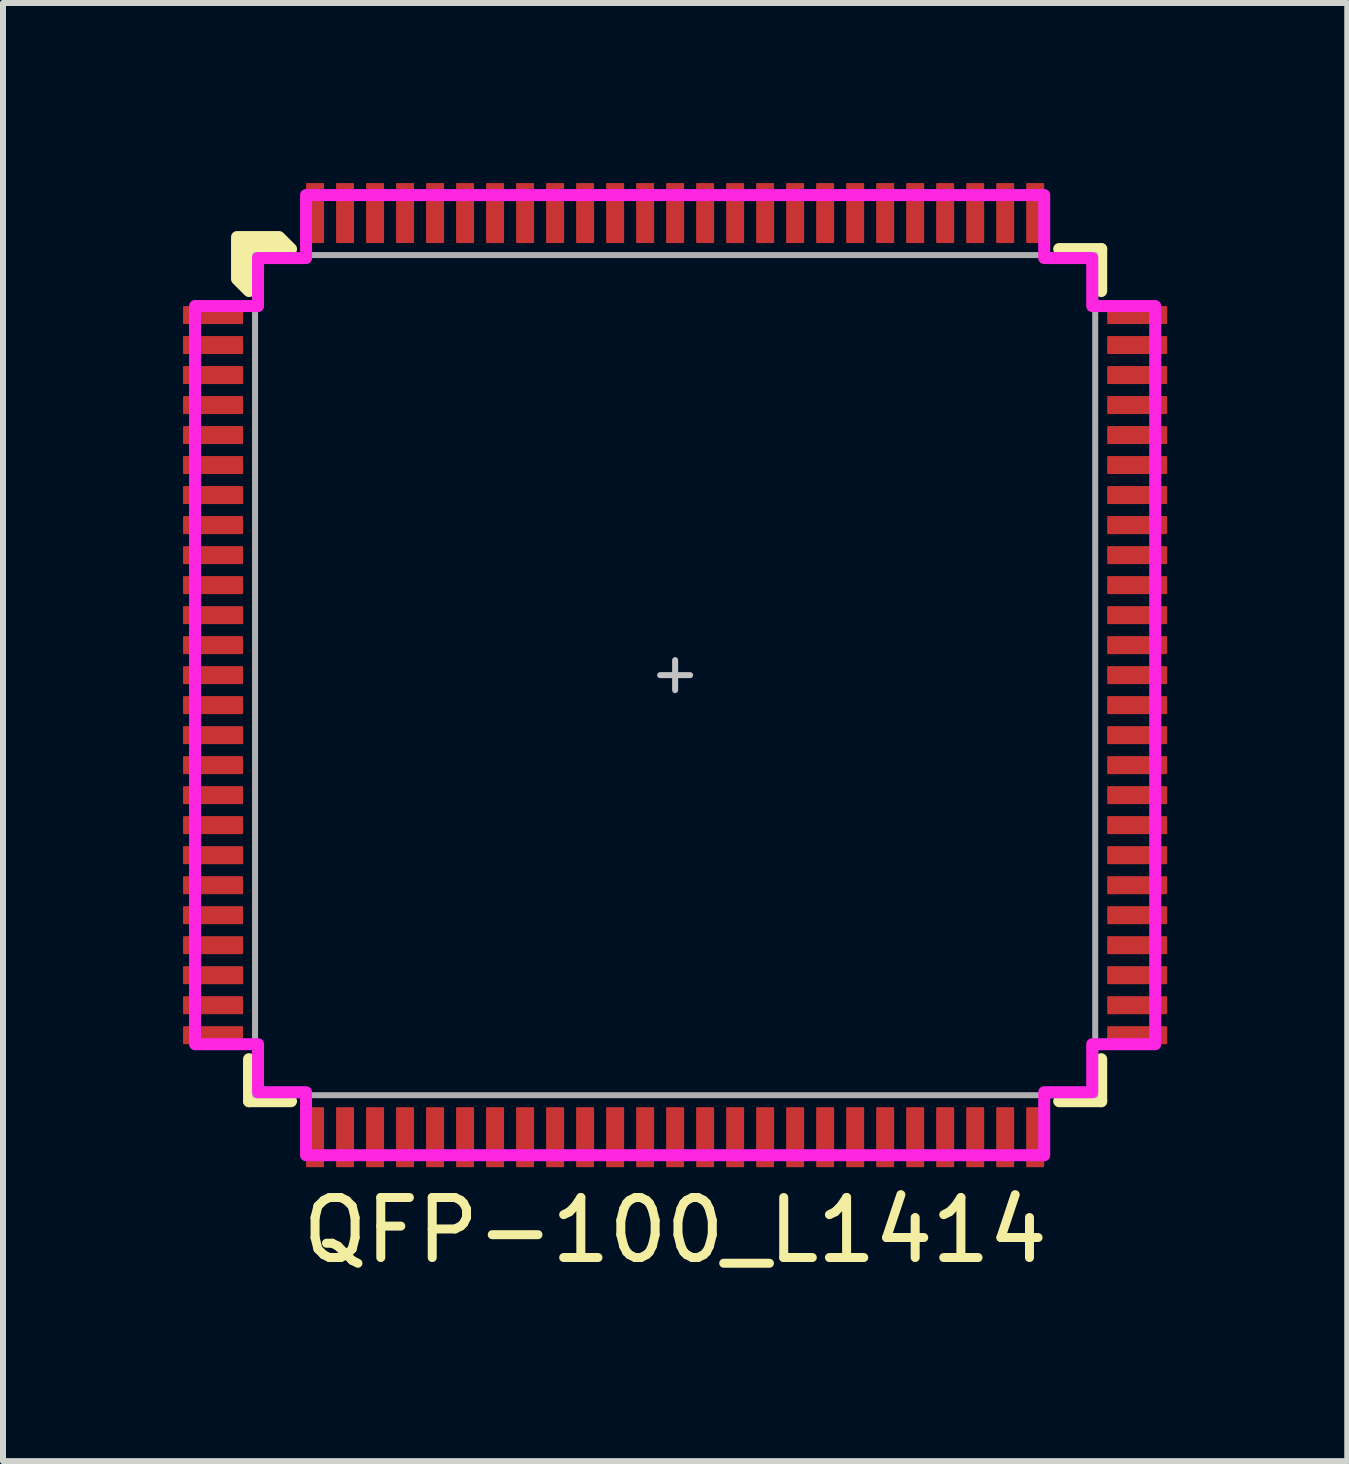
<source format=kicad_pcb>
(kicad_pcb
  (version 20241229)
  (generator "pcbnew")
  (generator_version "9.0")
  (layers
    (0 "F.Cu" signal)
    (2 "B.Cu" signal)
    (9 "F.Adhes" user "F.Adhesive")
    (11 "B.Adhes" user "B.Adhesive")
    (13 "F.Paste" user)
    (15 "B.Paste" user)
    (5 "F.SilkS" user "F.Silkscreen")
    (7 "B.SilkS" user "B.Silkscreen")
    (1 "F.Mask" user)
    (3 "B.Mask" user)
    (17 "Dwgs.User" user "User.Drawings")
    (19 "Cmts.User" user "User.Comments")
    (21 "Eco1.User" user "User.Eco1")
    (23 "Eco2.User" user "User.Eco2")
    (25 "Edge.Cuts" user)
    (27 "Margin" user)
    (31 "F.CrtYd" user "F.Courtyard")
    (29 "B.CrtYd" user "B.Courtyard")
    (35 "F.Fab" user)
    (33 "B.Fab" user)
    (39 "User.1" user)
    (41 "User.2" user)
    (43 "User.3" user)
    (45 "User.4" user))
  (footprint "QFP-100_L1414"
    (layer "F.Cu")
    (at 8.2 8.2)
    (property "Reference" "QFP-100_L1414" (at 0 9.25 0) (layer "F.SilkS") (effects (font (size 1 1) (thickness 0.15))))
    (attr smd)
    (fp_line (start -7.1 7.1) (end -7.1 6.4) (stroke (width 0.2) (type solid)) (layer "F.SilkS"))
    (fp_line (start -6.4 7.1) (end -7.1 7.1) (stroke (width 0.2) (type solid)) (layer "F.SilkS"))
    (fp_line (start 6.4 -7.1) (end 7.1 -7.1) (stroke (width 0.2) (type solid)) (layer "F.SilkS"))
    (fp_line (start 7.1 -7.1) (end 7.1 -6.4) (stroke (width 0.2) (type solid)) (layer "F.SilkS"))
    (fp_line (start 7.1 6.4) (end 7.1 7.1) (stroke (width 0.2) (type solid)) (layer "F.SilkS"))
    (fp_line (start 7.1 7.1) (end 6.4 7.1) (stroke (width 0.2) (type solid)) (layer "F.SilkS"))
    (fp_poly (pts (xy -6.4 -7.1) (xy -7.1 -7.1) (xy -7.1 -6.4) (xy -7.3 -6.6) (xy -7.3 -7.3) (xy -6.6 -7.3)) (stroke (width 0.2) (type solid)) (fill yes) (layer "F.SilkS"))
    (fp_line (start -0.25 0) (end 0.25 0) (stroke (width 0.1) (type solid)) (layer "Dwgs.User"))
    (fp_line (start 0 -0.25) (end 0 0.25) (stroke (width 0.1) (type solid)) (layer "Dwgs.User"))
    (fp_poly (pts (xy 6.15 -6.95) (xy 6.95 -6.95) (xy 6.95 -6.15) (xy 8 -6.15) (xy 8 6.15) (xy 6.95 6.15) (xy 6.95 6.95) (xy 6.15 6.95) (xy 6.15 8) (xy -6.15 8) (xy -6.15 6.95) (xy -6.95 6.95) (xy -6.95 6.15) (xy -8 6.15) (xy -8 -6.15) (xy -6.95 -6.15) (xy -6.95 -6.95) (xy -6.15 -6.95) (xy -6.15 -8) (xy 6.15 -8)) (stroke (width 0.2) (type solid)) (fill no) (layer "F.CrtYd"))
    (fp_rect (start -7 -7) (end 7 7) (stroke (width 0.1) (type solid)) (fill no) (layer "F.Fab"))
    (pad "1" smd roundrect (at -7.7 -6) (size 1 0.3) (layers "F.Cu" "F.Mask" "F.Paste") (roundrect_rratio 0.05))
    (pad "2" smd roundrect (at -7.7 -5.5) (size 1 0.3) (layers "F.Cu" "F.Mask" "F.Paste") (roundrect_rratio 0.05))
    (pad "3" smd roundrect (at -7.7 -5) (size 1 0.3) (layers "F.Cu" "F.Mask" "F.Paste") (roundrect_rratio 0.05))
    (pad "4" smd roundrect (at -7.7 -4.5) (size 1 0.3) (layers "F.Cu" "F.Mask" "F.Paste") (roundrect_rratio 0.05))
    (pad "5" smd roundrect (at -7.7 -4) (size 1 0.3) (layers "F.Cu" "F.Mask" "F.Paste") (roundrect_rratio 0.05))
    (pad "6" smd roundrect (at -7.7 -3.5) (size 1 0.3) (layers "F.Cu" "F.Mask" "F.Paste") (roundrect_rratio 0.05))
    (pad "7" smd roundrect (at -7.7 -3) (size 1 0.3) (layers "F.Cu" "F.Mask" "F.Paste") (roundrect_rratio 0.05))
    (pad "8" smd roundrect (at -7.7 -2.5) (size 1 0.3) (layers "F.Cu" "F.Mask" "F.Paste") (roundrect_rratio 0.05))
    (pad "9" smd roundrect (at -7.7 -2) (size 1 0.3) (layers "F.Cu" "F.Mask" "F.Paste") (roundrect_rratio 0.05))
    (pad "10" smd roundrect (at -7.7 -1.5) (size 1 0.3) (layers "F.Cu" "F.Mask" "F.Paste") (roundrect_rratio 0.05))
    (pad "11" smd roundrect (at -7.7 -1) (size 1 0.3) (layers "F.Cu" "F.Mask" "F.Paste") (roundrect_rratio 0.05))
    (pad "12" smd roundrect (at -7.7 -0.5) (size 1 0.3) (layers "F.Cu" "F.Mask" "F.Paste") (roundrect_rratio 0.05))
    (pad "13" smd roundrect (at -7.7 0) (size 1 0.3) (layers "F.Cu" "F.Mask" "F.Paste") (roundrect_rratio 0.05))
    (pad "14" smd roundrect (at -7.7 0.5) (size 1 0.3) (layers "F.Cu" "F.Mask" "F.Paste") (roundrect_rratio 0.05))
    (pad "15" smd roundrect (at -7.7 1) (size 1 0.3) (layers "F.Cu" "F.Mask" "F.Paste") (roundrect_rratio 0.05))
    (pad "16" smd roundrect (at -7.7 1.5) (size 1 0.3) (layers "F.Cu" "F.Mask" "F.Paste") (roundrect_rratio 0.05))
    (pad "17" smd roundrect (at -7.7 2) (size 1 0.3) (layers "F.Cu" "F.Mask" "F.Paste") (roundrect_rratio 0.05))
    (pad "18" smd roundrect (at -7.7 2.5) (size 1 0.3) (layers "F.Cu" "F.Mask" "F.Paste") (roundrect_rratio 0.05))
    (pad "19" smd roundrect (at -7.7 3) (size 1 0.3) (layers "F.Cu" "F.Mask" "F.Paste") (roundrect_rratio 0.05))
    (pad "20" smd roundrect (at -7.7 3.5) (size 1 0.3) (layers "F.Cu" "F.Mask" "F.Paste") (roundrect_rratio 0.05))
    (pad "21" smd roundrect (at -7.7 4) (size 1 0.3) (layers "F.Cu" "F.Mask" "F.Paste") (roundrect_rratio 0.05))
    (pad "22" smd roundrect (at -7.7 4.5) (size 1 0.3) (layers "F.Cu" "F.Mask" "F.Paste") (roundrect_rratio 0.05))
    (pad "23" smd roundrect (at -7.7 5) (size 1 0.3) (layers "F.Cu" "F.Mask" "F.Paste") (roundrect_rratio 0.05))
    (pad "24" smd roundrect (at -7.7 5.5) (size 1 0.3) (layers "F.Cu" "F.Mask" "F.Paste") (roundrect_rratio 0.05))
    (pad "25" smd roundrect (at -7.7 6) (size 1 0.3) (layers "F.Cu" "F.Mask" "F.Paste") (roundrect_rratio 0.05))
    (pad "26" smd roundrect (at -6 7.7 90) (size 1 0.3) (layers "F.Cu" "F.Mask" "F.Paste") (roundrect_rratio 0.05))
    (pad "27" smd roundrect (at -5.5 7.7 90) (size 1 0.3) (layers "F.Cu" "F.Mask" "F.Paste") (roundrect_rratio 0.05))
    (pad "28" smd roundrect (at -5 7.7 90) (size 1 0.3) (layers "F.Cu" "F.Mask" "F.Paste") (roundrect_rratio 0.05))
    (pad "29" smd roundrect (at -4.5 7.7 90) (size 1 0.3) (layers "F.Cu" "F.Mask" "F.Paste") (roundrect_rratio 0.05))
    (pad "30" smd roundrect (at -4 7.7 90) (size 1 0.3) (layers "F.Cu" "F.Mask" "F.Paste") (roundrect_rratio 0.05))
    (pad "31" smd roundrect (at -3.5 7.7 90) (size 1 0.3) (layers "F.Cu" "F.Mask" "F.Paste") (roundrect_rratio 0.05))
    (pad "32" smd roundrect (at -3 7.7 90) (size 1 0.3) (layers "F.Cu" "F.Mask" "F.Paste") (roundrect_rratio 0.05))
    (pad "33" smd roundrect (at -2.5 7.7 90) (size 1 0.3) (layers "F.Cu" "F.Mask" "F.Paste") (roundrect_rratio 0.05))
    (pad "34" smd roundrect (at -2 7.7 90) (size 1 0.3) (layers "F.Cu" "F.Mask" "F.Paste") (roundrect_rratio 0.05))
    (pad "35" smd roundrect (at -1.5 7.7 90) (size 1 0.3) (layers "F.Cu" "F.Mask" "F.Paste") (roundrect_rratio 0.05))
    (pad "36" smd roundrect (at -1 7.7 90) (size 1 0.3) (layers "F.Cu" "F.Mask" "F.Paste") (roundrect_rratio 0.05))
    (pad "37" smd roundrect (at -0.5 7.7 90) (size 1 0.3) (layers "F.Cu" "F.Mask" "F.Paste") (roundrect_rratio 0.05))
    (pad "38" smd roundrect (at 0 7.7 90) (size 1 0.3) (layers "F.Cu" "F.Mask" "F.Paste") (roundrect_rratio 0.05))
    (pad "39" smd roundrect (at 0.5 7.7 90) (size 1 0.3) (layers "F.Cu" "F.Mask" "F.Paste") (roundrect_rratio 0.05))
    (pad "40" smd roundrect (at 1 7.7 90) (size 1 0.3) (layers "F.Cu" "F.Mask" "F.Paste") (roundrect_rratio 0.05))
    (pad "41" smd roundrect (at 1.5 7.7 90) (size 1 0.3) (layers "F.Cu" "F.Mask" "F.Paste") (roundrect_rratio 0.05))
    (pad "42" smd roundrect (at 2 7.7 90) (size 1 0.3) (layers "F.Cu" "F.Mask" "F.Paste") (roundrect_rratio 0.05))
    (pad "43" smd roundrect (at 2.5 7.7 90) (size 1 0.3) (layers "F.Cu" "F.Mask" "F.Paste") (roundrect_rratio 0.05))
    (pad "44" smd roundrect (at 3 7.7 90) (size 1 0.3) (layers "F.Cu" "F.Mask" "F.Paste") (roundrect_rratio 0.05))
    (pad "45" smd roundrect (at 3.5 7.7 90) (size 1 0.3) (layers "F.Cu" "F.Mask" "F.Paste") (roundrect_rratio 0.05))
    (pad "46" smd roundrect (at 4 7.7 90) (size 1 0.3) (layers "F.Cu" "F.Mask" "F.Paste") (roundrect_rratio 0.05))
    (pad "47" smd roundrect (at 4.5 7.7 90) (size 1 0.3) (layers "F.Cu" "F.Mask" "F.Paste") (roundrect_rratio 0.05))
    (pad "48" smd roundrect (at 5 7.7 90) (size 1 0.3) (layers "F.Cu" "F.Mask" "F.Paste") (roundrect_rratio 0.05))
    (pad "49" smd roundrect (at 5.5 7.7 90) (size 1 0.3) (layers "F.Cu" "F.Mask" "F.Paste") (roundrect_rratio 0.05))
    (pad "50" smd roundrect (at 6 7.7 90) (size 1 0.3) (layers "F.Cu" "F.Mask" "F.Paste") (roundrect_rratio 0.05))
    (pad "51" smd roundrect (at 7.7 6) (size 1 0.3) (layers "F.Cu" "F.Mask" "F.Paste") (roundrect_rratio 0.05))
    (pad "52" smd roundrect (at 7.7 5.5) (size 1 0.3) (layers "F.Cu" "F.Mask" "F.Paste") (roundrect_rratio 0.05))
    (pad "53" smd roundrect (at 7.7 5) (size 1 0.3) (layers "F.Cu" "F.Mask" "F.Paste") (roundrect_rratio 0.05))
    (pad "54" smd roundrect (at 7.7 4.5) (size 1 0.3) (layers "F.Cu" "F.Mask" "F.Paste") (roundrect_rratio 0.05))
    (pad "55" smd roundrect (at 7.7 4) (size 1 0.3) (layers "F.Cu" "F.Mask" "F.Paste") (roundrect_rratio 0.05))
    (pad "56" smd roundrect (at 7.7 3.5) (size 1 0.3) (layers "F.Cu" "F.Mask" "F.Paste") (roundrect_rratio 0.05))
    (pad "57" smd roundrect (at 7.7 3) (size 1 0.3) (layers "F.Cu" "F.Mask" "F.Paste") (roundrect_rratio 0.05))
    (pad "58" smd roundrect (at 7.7 2.5) (size 1 0.3) (layers "F.Cu" "F.Mask" "F.Paste") (roundrect_rratio 0.05))
    (pad "59" smd roundrect (at 7.7 2) (size 1 0.3) (layers "F.Cu" "F.Mask" "F.Paste") (roundrect_rratio 0.05))
    (pad "60" smd roundrect (at 7.7 1.5) (size 1 0.3) (layers "F.Cu" "F.Mask" "F.Paste") (roundrect_rratio 0.05))
    (pad "61" smd roundrect (at 7.7 1) (size 1 0.3) (layers "F.Cu" "F.Mask" "F.Paste") (roundrect_rratio 0.05))
    (pad "62" smd roundrect (at 7.7 0.5) (size 1 0.3) (layers "F.Cu" "F.Mask" "F.Paste") (roundrect_rratio 0.05))
    (pad "63" smd roundrect (at 7.7 0) (size 1 0.3) (layers "F.Cu" "F.Mask" "F.Paste") (roundrect_rratio 0.05))
    (pad "64" smd roundrect (at 7.7 -0.5) (size 1 0.3) (layers "F.Cu" "F.Mask" "F.Paste") (roundrect_rratio 0.05))
    (pad "65" smd roundrect (at 7.7 -1) (size 1 0.3) (layers "F.Cu" "F.Mask" "F.Paste") (roundrect_rratio 0.05))
    (pad "66" smd roundrect (at 7.7 -1.5) (size 1 0.3) (layers "F.Cu" "F.Mask" "F.Paste") (roundrect_rratio 0.05))
    (pad "67" smd roundrect (at 7.7 -2) (size 1 0.3) (layers "F.Cu" "F.Mask" "F.Paste") (roundrect_rratio 0.05))
    (pad "68" smd roundrect (at 7.7 -2.5) (size 1 0.3) (layers "F.Cu" "F.Mask" "F.Paste") (roundrect_rratio 0.05))
    (pad "69" smd roundrect (at 7.7 -3) (size 1 0.3) (layers "F.Cu" "F.Mask" "F.Paste") (roundrect_rratio 0.05))
    (pad "70" smd roundrect (at 7.7 -3.5) (size 1 0.3) (layers "F.Cu" "F.Mask" "F.Paste") (roundrect_rratio 0.05))
    (pad "71" smd roundrect (at 7.7 -4) (size 1 0.3) (layers "F.Cu" "F.Mask" "F.Paste") (roundrect_rratio 0.05))
    (pad "72" smd roundrect (at 7.7 -4.5) (size 1 0.3) (layers "F.Cu" "F.Mask" "F.Paste") (roundrect_rratio 0.05))
    (pad "73" smd roundrect (at 7.7 -5) (size 1 0.3) (layers "F.Cu" "F.Mask" "F.Paste") (roundrect_rratio 0.05))
    (pad "74" smd roundrect (at 7.7 -5.5) (size 1 0.3) (layers "F.Cu" "F.Mask" "F.Paste") (roundrect_rratio 0.05))
    (pad "75" smd roundrect (at 7.7 -6) (size 1 0.3) (layers "F.Cu" "F.Mask" "F.Paste") (roundrect_rratio 0.05))
    (pad "76" smd roundrect (at 6 -7.7 90) (size 1 0.3) (layers "F.Cu" "F.Mask" "F.Paste") (roundrect_rratio 0.05))
    (pad "77" smd roundrect (at 5.5 -7.7 90) (size 1 0.3) (layers "F.Cu" "F.Mask" "F.Paste") (roundrect_rratio 0.05))
    (pad "78" smd roundrect (at 5 -7.7 90) (size 1 0.3) (layers "F.Cu" "F.Mask" "F.Paste") (roundrect_rratio 0.05))
    (pad "79" smd roundrect (at 4.5 -7.7 90) (size 1 0.3) (layers "F.Cu" "F.Mask" "F.Paste") (roundrect_rratio 0.05))
    (pad "80" smd roundrect (at 4 -7.7 90) (size 1 0.3) (layers "F.Cu" "F.Mask" "F.Paste") (roundrect_rratio 0.05))
    (pad "81" smd roundrect (at 3.5 -7.7 90) (size 1 0.3) (layers "F.Cu" "F.Mask" "F.Paste") (roundrect_rratio 0.05))
    (pad "82" smd roundrect (at 3 -7.7 90) (size 1 0.3) (layers "F.Cu" "F.Mask" "F.Paste") (roundrect_rratio 0.05))
    (pad "83" smd roundrect (at 2.5 -7.7 90) (size 1 0.3) (layers "F.Cu" "F.Mask" "F.Paste") (roundrect_rratio 0.05))
    (pad "84" smd roundrect (at 2 -7.7 90) (size 1 0.3) (layers "F.Cu" "F.Mask" "F.Paste") (roundrect_rratio 0.05))
    (pad "85" smd roundrect (at 1.5 -7.7 90) (size 1 0.3) (layers "F.Cu" "F.Mask" "F.Paste") (roundrect_rratio 0.05))
    (pad "86" smd roundrect (at 1 -7.7 90) (size 1 0.3) (layers "F.Cu" "F.Mask" "F.Paste") (roundrect_rratio 0.05))
    (pad "87" smd roundrect (at 0.5 -7.7 90) (size 1 0.3) (layers "F.Cu" "F.Mask" "F.Paste") (roundrect_rratio 0.05))
    (pad "88" smd roundrect (at 0 -7.7 90) (size 1 0.3) (layers "F.Cu" "F.Mask" "F.Paste") (roundrect_rratio 0.05))
    (pad "89" smd roundrect (at -0.5 -7.7 90) (size 1 0.3) (layers "F.Cu" "F.Mask" "F.Paste") (roundrect_rratio 0.05))
    (pad "90" smd roundrect (at -1 -7.7 90) (size 1 0.3) (layers "F.Cu" "F.Mask" "F.Paste") (roundrect_rratio 0.05))
    (pad "91" smd roundrect (at -1.5 -7.7 90) (size 1 0.3) (layers "F.Cu" "F.Mask" "F.Paste") (roundrect_rratio 0.05))
    (pad "92" smd roundrect (at -2 -7.7 90) (size 1 0.3) (layers "F.Cu" "F.Mask" "F.Paste") (roundrect_rratio 0.05))
    (pad "93" smd roundrect (at -2.5 -7.7 90) (size 1 0.3) (layers "F.Cu" "F.Mask" "F.Paste") (roundrect_rratio 0.05))
    (pad "94" smd roundrect (at -3 -7.7 90) (size 1 0.3) (layers "F.Cu" "F.Mask" "F.Paste") (roundrect_rratio 0.05))
    (pad "95" smd roundrect (at -3.5 -7.7 90) (size 1 0.3) (layers "F.Cu" "F.Mask" "F.Paste") (roundrect_rratio 0.05))
    (pad "96" smd roundrect (at -4 -7.7 90) (size 1 0.3) (layers "F.Cu" "F.Mask" "F.Paste") (roundrect_rratio 0.05))
    (pad "97" smd roundrect (at -4.5 -7.7 90) (size 1 0.3) (layers "F.Cu" "F.Mask" "F.Paste") (roundrect_rratio 0.05))
    (pad "98" smd roundrect (at -5 -7.7 90) (size 1 0.3) (layers "F.Cu" "F.Mask" "F.Paste") (roundrect_rratio 0.05))
    (pad "99" smd roundrect (at -5.5 -7.7 90) (size 1 0.3) (layers "F.Cu" "F.Mask" "F.Paste") (roundrect_rratio 0.05))
    (pad "100" smd roundrect (at -6 -7.7 90) (size 1 0.3) (layers "F.Cu" "F.Mask" "F.Paste") (roundrect_rratio 0.05)))
  (gr_rect
    (start -3 -3)
    (end 19.4 21.298)
    (stroke (width 0.1) (type default))
    (fill no)
    (layer "Edge.Cuts")))
</source>
